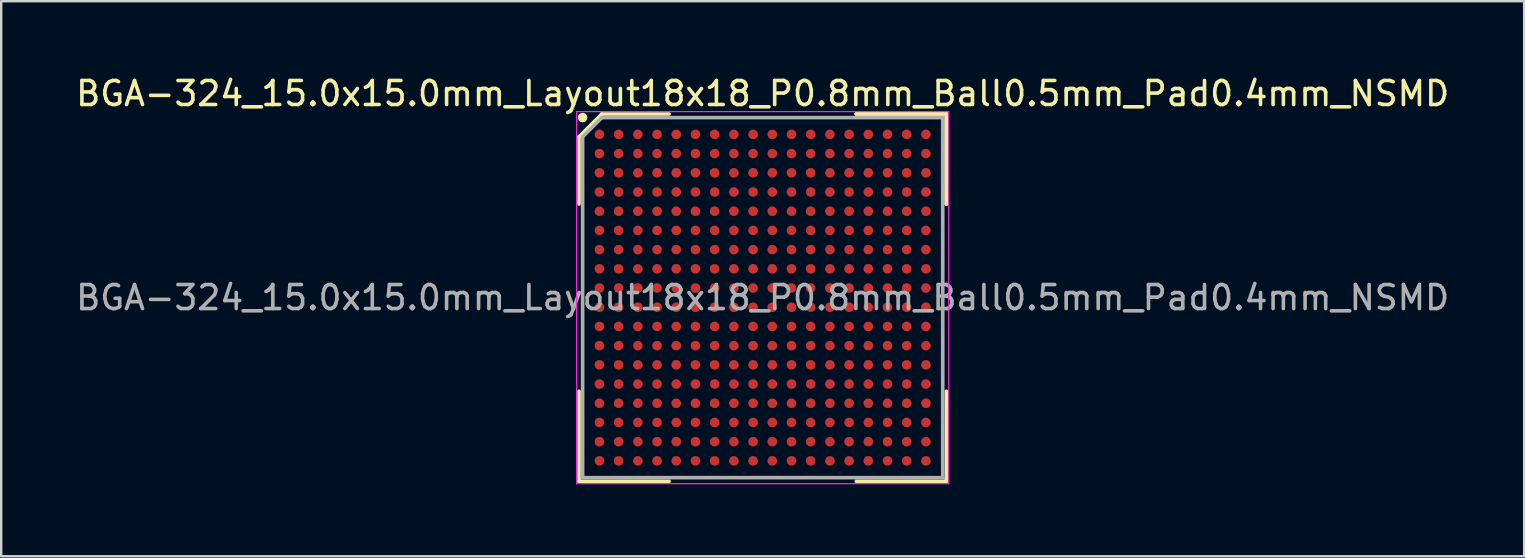
<source format=kicad_pcb>
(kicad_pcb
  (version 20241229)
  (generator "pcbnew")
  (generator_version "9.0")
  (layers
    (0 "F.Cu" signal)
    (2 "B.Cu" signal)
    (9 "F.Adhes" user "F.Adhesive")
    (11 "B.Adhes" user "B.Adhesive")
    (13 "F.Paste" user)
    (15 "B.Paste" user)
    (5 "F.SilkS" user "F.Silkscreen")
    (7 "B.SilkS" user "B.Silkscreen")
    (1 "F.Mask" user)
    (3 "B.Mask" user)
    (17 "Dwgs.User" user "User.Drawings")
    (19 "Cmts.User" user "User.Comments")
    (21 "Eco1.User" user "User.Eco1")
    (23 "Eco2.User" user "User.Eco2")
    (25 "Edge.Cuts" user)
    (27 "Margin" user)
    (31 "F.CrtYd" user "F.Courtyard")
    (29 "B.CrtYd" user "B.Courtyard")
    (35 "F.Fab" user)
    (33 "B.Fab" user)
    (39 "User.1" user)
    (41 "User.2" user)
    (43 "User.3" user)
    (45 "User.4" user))
  (footprint "BGA-324_15.0x15.0mm_Layout18x18_P0.8mm_Ball0.5mm_Pad0.4mm_NSMD"
    (layer "F.Cu")
    (at 28.72 9.348)
    (property "Reference" "BGA-324_15.0x15.0mm_Layout18x18_P0.8mm_Ball0.5mm_Pad0.4mm_NSMD" (at 0 -8.5 0) (layer "F.SilkS") (effects (font (size 1 1) (thickness 0.15))))
    (attr smd)
    (fp_line (start -7.65 -6.7) (end -7.65 -3.9) (stroke (width 0.15) (type solid)) (layer "F.SilkS"))
    (fp_line (start -7.65 7.65) (end -7.65 3.9) (stroke (width 0.15) (type solid)) (layer "F.SilkS"))
    (fp_line (start -6.7 -7.65) (end -7.65 -6.7) (stroke (width 0.15) (type solid)) (layer "F.SilkS"))
    (fp_line (start -3.9 -7.65) (end -6.7 -7.65) (stroke (width 0.15) (type solid)) (layer "F.SilkS"))
    (fp_line (start -3.9 7.65) (end -7.65 7.65) (stroke (width 0.15) (type solid)) (layer "F.SilkS"))
    (fp_line (start 3.9 -7.65) (end 7.65 -7.65) (stroke (width 0.15) (type solid)) (layer "F.SilkS"))
    (fp_line (start 3.9 -7.65) (end 7.65 -7.65) (stroke (width 0.15) (type solid)) (layer "F.SilkS"))
    (fp_line (start 3.9 -7.65) (end 7.65 -7.65) (stroke (width 0.15) (type solid)) (layer "F.SilkS"))
    (fp_line (start 3.9 7.65) (end 7.65 7.65) (stroke (width 0.15) (type solid)) (layer "F.SilkS"))
    (fp_line (start 7.65 -7.65) (end 7.65 -3.9) (stroke (width 0.15) (type solid)) (layer "F.SilkS"))
    (fp_line (start 7.65 -7.65) (end 7.65 -3.9) (stroke (width 0.15) (type solid)) (layer "F.SilkS"))
    (fp_line (start 7.65 -7.65) (end 7.65 -3.9) (stroke (width 0.15) (type solid)) (layer "F.SilkS"))
    (fp_line (start 7.65 7.65) (end 7.65 3.9) (stroke (width 0.15) (type solid)) (layer "F.SilkS"))
    (fp_circle (center -7.5 -7.5) (end -7.5 -7.4) (stroke (width 0.2) (type solid)) (fill no) (layer "F.SilkS"))
    (fp_line (start -7.75 -7.75) (end 7.75 -7.75) (stroke (width 0.05) (type solid)) (layer "F.CrtYd"))
    (fp_line (start -7.75 7.75) (end -7.75 -7.75) (stroke (width 0.05) (type solid)) (layer "F.CrtYd"))
    (fp_line (start 7.75 -7.75) (end 7.75 7.75) (stroke (width 0.05) (type solid)) (layer "F.CrtYd"))
    (fp_line (start 7.75 7.75) (end -7.75 7.75) (stroke (width 0.05) (type solid)) (layer "F.CrtYd"))
    (fp_line (start -7.5 -6.7) (end -7.5 7.5) (stroke (width 0.15) (type solid)) (layer "F.Fab"))
    (fp_line (start -7.5 7.5) (end 7.5 7.5) (stroke (width 0.15) (type solid)) (layer "F.Fab"))
    (fp_line (start -6.7 -7.5) (end -7.5 -6.7) (stroke (width 0.15) (type solid)) (layer "F.Fab"))
    (fp_line (start 7.5 -7.5) (end -6.7 -7.5) (stroke (width 0.15) (type solid)) (layer "F.Fab"))
    (fp_line (start 7.5 7.5) (end 7.5 -7.5) (stroke (width 0.15) (type solid)) (layer "F.Fab"))
    (fp_text user "${REFERENCE}" (at 0 0 0) (layer "F.Fab") (effects (font (size 1 1) (thickness 0.15))))
    (pad "A1" smd circle (at -6.8 -6.8) (size 0.4 0.4) (layers "F.Cu" "F.Mask" "F.Paste"))
    (pad "A2" smd circle (at -6 -6.8) (size 0.4 0.4) (layers "F.Cu" "F.Mask" "F.Paste"))
    (pad "A3" smd circle (at -5.2 -6.8) (size 0.4 0.4) (layers "F.Cu" "F.Mask" "F.Paste"))
    (pad "A4" smd circle (at -4.4 -6.8) (size 0.4 0.4) (layers "F.Cu" "F.Mask" "F.Paste"))
    (pad "A5" smd circle (at -3.6 -6.8) (size 0.4 0.4) (layers "F.Cu" "F.Mask" "F.Paste"))
    (pad "A6" smd circle (at -2.8 -6.8) (size 0.4 0.4) (layers "F.Cu" "F.Mask" "F.Paste"))
    (pad "A7" smd circle (at -2 -6.8) (size 0.4 0.4) (layers "F.Cu" "F.Mask" "F.Paste"))
    (pad "A8" smd circle (at -1.2 -6.8) (size 0.4 0.4) (layers "F.Cu" "F.Mask" "F.Paste"))
    (pad "A9" smd circle (at -0.4 -6.8) (size 0.4 0.4) (layers "F.Cu" "F.Mask" "F.Paste"))
    (pad "A10" smd circle (at 0.4 -6.8) (size 0.4 0.4) (layers "F.Cu" "F.Mask" "F.Paste"))
    (pad "A11" smd circle (at 1.2 -6.8) (size 0.4 0.4) (layers "F.Cu" "F.Mask" "F.Paste"))
    (pad "A12" smd circle (at 2 -6.8) (size 0.4 0.4) (layers "F.Cu" "F.Mask" "F.Paste"))
    (pad "A13" smd circle (at 2.8 -6.8) (size 0.4 0.4) (layers "F.Cu" "F.Mask" "F.Paste"))
    (pad "A14" smd circle (at 3.6 -6.8) (size 0.4 0.4) (layers "F.Cu" "F.Mask" "F.Paste"))
    (pad "A15" smd circle (at 4.4 -6.8) (size 0.4 0.4) (layers "F.Cu" "F.Mask" "F.Paste"))
    (pad "A16" smd circle (at 5.2 -6.8) (size 0.4 0.4) (layers "F.Cu" "F.Mask" "F.Paste"))
    (pad "A17" smd circle (at 6 -6.8) (size 0.4 0.4) (layers "F.Cu" "F.Mask" "F.Paste"))
    (pad "A18" smd circle (at 6.8 -6.8) (size 0.4 0.4) (layers "F.Cu" "F.Mask" "F.Paste"))
    (pad "B1" smd circle (at -6.8 -6) (size 0.4 0.4) (layers "F.Cu" "F.Mask" "F.Paste"))
    (pad "B2" smd circle (at -6 -6) (size 0.4 0.4) (layers "F.Cu" "F.Mask" "F.Paste"))
    (pad "B3" smd circle (at -5.2 -6) (size 0.4 0.4) (layers "F.Cu" "F.Mask" "F.Paste"))
    (pad "B4" smd circle (at -4.4 -6) (size 0.4 0.4) (layers "F.Cu" "F.Mask" "F.Paste"))
    (pad "B5" smd circle (at -3.6 -6) (size 0.4 0.4) (layers "F.Cu" "F.Mask" "F.Paste"))
    (pad "B6" smd circle (at -2.8 -6) (size 0.4 0.4) (layers "F.Cu" "F.Mask" "F.Paste"))
    (pad "B7" smd circle (at -2 -6) (size 0.4 0.4) (layers "F.Cu" "F.Mask" "F.Paste"))
    (pad "B8" smd circle (at -1.2 -6) (size 0.4 0.4) (layers "F.Cu" "F.Mask" "F.Paste"))
    (pad "B9" smd circle (at -0.4 -6) (size 0.4 0.4) (layers "F.Cu" "F.Mask" "F.Paste"))
    (pad "B10" smd circle (at 0.4 -6) (size 0.4 0.4) (layers "F.Cu" "F.Mask" "F.Paste"))
    (pad "B11" smd circle (at 1.2 -6) (size 0.4 0.4) (layers "F.Cu" "F.Mask" "F.Paste"))
    (pad "B12" smd circle (at 2 -6) (size 0.4 0.4) (layers "F.Cu" "F.Mask" "F.Paste"))
    (pad "B13" smd circle (at 2.8 -6) (size 0.4 0.4) (layers "F.Cu" "F.Mask" "F.Paste"))
    (pad "B14" smd circle (at 3.6 -6) (size 0.4 0.4) (layers "F.Cu" "F.Mask" "F.Paste"))
    (pad "B15" smd circle (at 4.4 -6) (size 0.4 0.4) (layers "F.Cu" "F.Mask" "F.Paste"))
    (pad "B16" smd circle (at 5.2 -6) (size 0.4 0.4) (layers "F.Cu" "F.Mask" "F.Paste"))
    (pad "B17" smd circle (at 6 -6) (size 0.4 0.4) (layers "F.Cu" "F.Mask" "F.Paste"))
    (pad "B18" smd circle (at 6.8 -6) (size 0.4 0.4) (layers "F.Cu" "F.Mask" "F.Paste"))
    (pad "C1" smd circle (at -6.8 -5.2) (size 0.4 0.4) (layers "F.Cu" "F.Mask" "F.Paste"))
    (pad "C2" smd circle (at -6 -5.2) (size 0.4 0.4) (layers "F.Cu" "F.Mask" "F.Paste"))
    (pad "C3" smd circle (at -5.2 -5.2) (size 0.4 0.4) (layers "F.Cu" "F.Mask" "F.Paste"))
    (pad "C4" smd circle (at -4.4 -5.2) (size 0.4 0.4) (layers "F.Cu" "F.Mask" "F.Paste"))
    (pad "C5" smd circle (at -3.6 -5.2) (size 0.4 0.4) (layers "F.Cu" "F.Mask" "F.Paste"))
    (pad "C6" smd circle (at -2.8 -5.2) (size 0.4 0.4) (layers "F.Cu" "F.Mask" "F.Paste"))
    (pad "C7" smd circle (at -2 -5.2) (size 0.4 0.4) (layers "F.Cu" "F.Mask" "F.Paste"))
    (pad "C8" smd circle (at -1.2 -5.2) (size 0.4 0.4) (layers "F.Cu" "F.Mask" "F.Paste"))
    (pad "C9" smd circle (at -0.4 -5.2) (size 0.4 0.4) (layers "F.Cu" "F.Mask" "F.Paste"))
    (pad "C10" smd circle (at 0.4 -5.2) (size 0.4 0.4) (layers "F.Cu" "F.Mask" "F.Paste"))
    (pad "C11" smd circle (at 1.2 -5.2) (size 0.4 0.4) (layers "F.Cu" "F.Mask" "F.Paste"))
    (pad "C12" smd circle (at 2 -5.2) (size 0.4 0.4) (layers "F.Cu" "F.Mask" "F.Paste"))
    (pad "C13" smd circle (at 2.8 -5.2) (size 0.4 0.4) (layers "F.Cu" "F.Mask" "F.Paste"))
    (pad "C14" smd circle (at 3.6 -5.2) (size 0.4 0.4) (layers "F.Cu" "F.Mask" "F.Paste"))
    (pad "C15" smd circle (at 4.4 -5.2) (size 0.4 0.4) (layers "F.Cu" "F.Mask" "F.Paste"))
    (pad "C16" smd circle (at 5.2 -5.2) (size 0.4 0.4) (layers "F.Cu" "F.Mask" "F.Paste"))
    (pad "C17" smd circle (at 6 -5.2) (size 0.4 0.4) (layers "F.Cu" "F.Mask" "F.Paste"))
    (pad "C18" smd circle (at 6.8 -5.2) (size 0.4 0.4) (layers "F.Cu" "F.Mask" "F.Paste"))
    (pad "D1" smd circle (at -6.8 -4.4) (size 0.4 0.4) (layers "F.Cu" "F.Mask" "F.Paste"))
    (pad "D2" smd circle (at -6 -4.4) (size 0.4 0.4) (layers "F.Cu" "F.Mask" "F.Paste"))
    (pad "D3" smd circle (at -5.2 -4.4) (size 0.4 0.4) (layers "F.Cu" "F.Mask" "F.Paste"))
    (pad "D4" smd circle (at -4.4 -4.4) (size 0.4 0.4) (layers "F.Cu" "F.Mask" "F.Paste"))
    (pad "D5" smd circle (at -3.6 -4.4) (size 0.4 0.4) (layers "F.Cu" "F.Mask" "F.Paste"))
    (pad "D6" smd circle (at -2.8 -4.4) (size 0.4 0.4) (layers "F.Cu" "F.Mask" "F.Paste"))
    (pad "D7" smd circle (at -2 -4.4) (size 0.4 0.4) (layers "F.Cu" "F.Mask" "F.Paste"))
    (pad "D8" smd circle (at -1.2 -4.4) (size 0.4 0.4) (layers "F.Cu" "F.Mask" "F.Paste"))
    (pad "D9" smd circle (at -0.4 -4.4) (size 0.4 0.4) (layers "F.Cu" "F.Mask" "F.Paste"))
    (pad "D10" smd circle (at 0.4 -4.4) (size 0.4 0.4) (layers "F.Cu" "F.Mask" "F.Paste"))
    (pad "D11" smd circle (at 1.2 -4.4) (size 0.4 0.4) (layers "F.Cu" "F.Mask" "F.Paste"))
    (pad "D12" smd circle (at 2 -4.4) (size 0.4 0.4) (layers "F.Cu" "F.Mask" "F.Paste"))
    (pad "D13" smd circle (at 2.8 -4.4) (size 0.4 0.4) (layers "F.Cu" "F.Mask" "F.Paste"))
    (pad "D14" smd circle (at 3.6 -4.4) (size 0.4 0.4) (layers "F.Cu" "F.Mask" "F.Paste"))
    (pad "D15" smd circle (at 4.4 -4.4) (size 0.4 0.4) (layers "F.Cu" "F.Mask" "F.Paste"))
    (pad "D16" smd circle (at 5.2 -4.4) (size 0.4 0.4) (layers "F.Cu" "F.Mask" "F.Paste"))
    (pad "D17" smd circle (at 6 -4.4) (size 0.4 0.4) (layers "F.Cu" "F.Mask" "F.Paste"))
    (pad "D18" smd circle (at 6.8 -4.4) (size 0.4 0.4) (layers "F.Cu" "F.Mask" "F.Paste"))
    (pad "E1" smd circle (at -6.8 -3.6) (size 0.4 0.4) (layers "F.Cu" "F.Mask" "F.Paste"))
    (pad "E2" smd circle (at -6 -3.6) (size 0.4 0.4) (layers "F.Cu" "F.Mask" "F.Paste"))
    (pad "E3" smd circle (at -5.2 -3.6) (size 0.4 0.4) (layers "F.Cu" "F.Mask" "F.Paste"))
    (pad "E4" smd circle (at -4.4 -3.6) (size 0.4 0.4) (layers "F.Cu" "F.Mask" "F.Paste"))
    (pad "E5" smd circle (at -3.6 -3.6) (size 0.4 0.4) (layers "F.Cu" "F.Mask" "F.Paste"))
    (pad "E6" smd circle (at -2.8 -3.6) (size 0.4 0.4) (layers "F.Cu" "F.Mask" "F.Paste"))
    (pad "E7" smd circle (at -2 -3.6) (size 0.4 0.4) (layers "F.Cu" "F.Mask" "F.Paste"))
    (pad "E8" smd circle (at -1.2 -3.6) (size 0.4 0.4) (layers "F.Cu" "F.Mask" "F.Paste"))
    (pad "E9" smd circle (at -0.4 -3.6) (size 0.4 0.4) (layers "F.Cu" "F.Mask" "F.Paste"))
    (pad "E10" smd circle (at 0.4 -3.6) (size 0.4 0.4) (layers "F.Cu" "F.Mask" "F.Paste"))
    (pad "E11" smd circle (at 1.2 -3.6) (size 0.4 0.4) (layers "F.Cu" "F.Mask" "F.Paste"))
    (pad "E12" smd circle (at 2 -3.6) (size 0.4 0.4) (layers "F.Cu" "F.Mask" "F.Paste"))
    (pad "E13" smd circle (at 2.8 -3.6) (size 0.4 0.4) (layers "F.Cu" "F.Mask" "F.Paste"))
    (pad "E14" smd circle (at 3.6 -3.6) (size 0.4 0.4) (layers "F.Cu" "F.Mask" "F.Paste"))
    (pad "E15" smd circle (at 4.4 -3.6) (size 0.4 0.4) (layers "F.Cu" "F.Mask" "F.Paste"))
    (pad "E16" smd circle (at 5.2 -3.6) (size 0.4 0.4) (layers "F.Cu" "F.Mask" "F.Paste"))
    (pad "E17" smd circle (at 6 -3.6) (size 0.4 0.4) (layers "F.Cu" "F.Mask" "F.Paste"))
    (pad "E18" smd circle (at 6.8 -3.6) (size 0.4 0.4) (layers "F.Cu" "F.Mask" "F.Paste"))
    (pad "F1" smd circle (at -6.8 -2.8) (size 0.4 0.4) (layers "F.Cu" "F.Mask" "F.Paste"))
    (pad "F2" smd circle (at -6 -2.8) (size 0.4 0.4) (layers "F.Cu" "F.Mask" "F.Paste"))
    (pad "F3" smd circle (at -5.2 -2.8) (size 0.4 0.4) (layers "F.Cu" "F.Mask" "F.Paste"))
    (pad "F4" smd circle (at -4.4 -2.8) (size 0.4 0.4) (layers "F.Cu" "F.Mask" "F.Paste"))
    (pad "F5" smd circle (at -3.6 -2.8) (size 0.4 0.4) (layers "F.Cu" "F.Mask" "F.Paste"))
    (pad "F6" smd circle (at -2.8 -2.8) (size 0.4 0.4) (layers "F.Cu" "F.Mask" "F.Paste"))
    (pad "F7" smd circle (at -2 -2.8) (size 0.4 0.4) (layers "F.Cu" "F.Mask" "F.Paste"))
    (pad "F8" smd circle (at -1.2 -2.8) (size 0.4 0.4) (layers "F.Cu" "F.Mask" "F.Paste"))
    (pad "F9" smd circle (at -0.4 -2.8) (size 0.4 0.4) (layers "F.Cu" "F.Mask" "F.Paste"))
    (pad "F10" smd circle (at 0.4 -2.8) (size 0.4 0.4) (layers "F.Cu" "F.Mask" "F.Paste"))
    (pad "F11" smd circle (at 1.2 -2.8) (size 0.4 0.4) (layers "F.Cu" "F.Mask" "F.Paste"))
    (pad "F12" smd circle (at 2 -2.8) (size 0.4 0.4) (layers "F.Cu" "F.Mask" "F.Paste"))
    (pad "F13" smd circle (at 2.8 -2.8) (size 0.4 0.4) (layers "F.Cu" "F.Mask" "F.Paste"))
    (pad "F14" smd circle (at 3.6 -2.8) (size 0.4 0.4) (layers "F.Cu" "F.Mask" "F.Paste"))
    (pad "F15" smd circle (at 4.4 -2.8) (size 0.4 0.4) (layers "F.Cu" "F.Mask" "F.Paste"))
    (pad "F16" smd circle (at 5.2 -2.8) (size 0.4 0.4) (layers "F.Cu" "F.Mask" "F.Paste"))
    (pad "F17" smd circle (at 6 -2.8) (size 0.4 0.4) (layers "F.Cu" "F.Mask" "F.Paste"))
    (pad "F18" smd circle (at 6.8 -2.8) (size 0.4 0.4) (layers "F.Cu" "F.Mask" "F.Paste"))
    (pad "G1" smd circle (at -6.8 -2) (size 0.4 0.4) (layers "F.Cu" "F.Mask" "F.Paste"))
    (pad "G2" smd circle (at -6 -2) (size 0.4 0.4) (layers "F.Cu" "F.Mask" "F.Paste"))
    (pad "G3" smd circle (at -5.2 -2) (size 0.4 0.4) (layers "F.Cu" "F.Mask" "F.Paste"))
    (pad "G4" smd circle (at -4.4 -2) (size 0.4 0.4) (layers "F.Cu" "F.Mask" "F.Paste"))
    (pad "G5" smd circle (at -3.6 -2) (size 0.4 0.4) (layers "F.Cu" "F.Mask" "F.Paste"))
    (pad "G6" smd circle (at -2.8 -2) (size 0.4 0.4) (layers "F.Cu" "F.Mask" "F.Paste"))
    (pad "G7" smd circle (at -2 -2) (size 0.4 0.4) (layers "F.Cu" "F.Mask" "F.Paste"))
    (pad "G8" smd circle (at -1.2 -2) (size 0.4 0.4) (layers "F.Cu" "F.Mask" "F.Paste"))
    (pad "G9" smd circle (at -0.4 -2) (size 0.4 0.4) (layers "F.Cu" "F.Mask" "F.Paste"))
    (pad "G10" smd circle (at 0.4 -2) (size 0.4 0.4) (layers "F.Cu" "F.Mask" "F.Paste"))
    (pad "G11" smd circle (at 1.2 -2) (size 0.4 0.4) (layers "F.Cu" "F.Mask" "F.Paste"))
    (pad "G12" smd circle (at 2 -2) (size 0.4 0.4) (layers "F.Cu" "F.Mask" "F.Paste"))
    (pad "G13" smd circle (at 2.8 -2) (size 0.4 0.4) (layers "F.Cu" "F.Mask" "F.Paste"))
    (pad "G14" smd circle (at 3.6 -2) (size 0.4 0.4) (layers "F.Cu" "F.Mask" "F.Paste"))
    (pad "G15" smd circle (at 4.4 -2) (size 0.4 0.4) (layers "F.Cu" "F.Mask" "F.Paste"))
    (pad "G16" smd circle (at 5.2 -2) (size 0.4 0.4) (layers "F.Cu" "F.Mask" "F.Paste"))
    (pad "G17" smd circle (at 6 -2) (size 0.4 0.4) (layers "F.Cu" "F.Mask" "F.Paste"))
    (pad "G18" smd circle (at 6.8 -2) (size 0.4 0.4) (layers "F.Cu" "F.Mask" "F.Paste"))
    (pad "H1" smd circle (at -6.8 -1.2) (size 0.4 0.4) (layers "F.Cu" "F.Mask" "F.Paste"))
    (pad "H2" smd circle (at -6 -1.2) (size 0.4 0.4) (layers "F.Cu" "F.Mask" "F.Paste"))
    (pad "H3" smd circle (at -5.2 -1.2) (size 0.4 0.4) (layers "F.Cu" "F.Mask" "F.Paste"))
    (pad "H4" smd circle (at -4.4 -1.2) (size 0.4 0.4) (layers "F.Cu" "F.Mask" "F.Paste"))
    (pad "H5" smd circle (at -3.6 -1.2) (size 0.4 0.4) (layers "F.Cu" "F.Mask" "F.Paste"))
    (pad "H6" smd circle (at -2.8 -1.2) (size 0.4 0.4) (layers "F.Cu" "F.Mask" "F.Paste"))
    (pad "H7" smd circle (at -2 -1.2) (size 0.4 0.4) (layers "F.Cu" "F.Mask" "F.Paste"))
    (pad "H8" smd circle (at -1.2 -1.2) (size 0.4 0.4) (layers "F.Cu" "F.Mask" "F.Paste"))
    (pad "H9" smd circle (at -0.4 -1.2) (size 0.4 0.4) (layers "F.Cu" "F.Mask" "F.Paste"))
    (pad "H10" smd circle (at 0.4 -1.2) (size 0.4 0.4) (layers "F.Cu" "F.Mask" "F.Paste"))
    (pad "H11" smd circle (at 1.2 -1.2) (size 0.4 0.4) (layers "F.Cu" "F.Mask" "F.Paste"))
    (pad "H12" smd circle (at 2 -1.2) (size 0.4 0.4) (layers "F.Cu" "F.Mask" "F.Paste"))
    (pad "H13" smd circle (at 2.8 -1.2) (size 0.4 0.4) (layers "F.Cu" "F.Mask" "F.Paste"))
    (pad "H14" smd circle (at 3.6 -1.2) (size 0.4 0.4) (layers "F.Cu" "F.Mask" "F.Paste"))
    (pad "H15" smd circle (at 4.4 -1.2) (size 0.4 0.4) (layers "F.Cu" "F.Mask" "F.Paste"))
    (pad "H16" smd circle (at 5.2 -1.2) (size 0.4 0.4) (layers "F.Cu" "F.Mask" "F.Paste"))
    (pad "H17" smd circle (at 6 -1.2) (size 0.4 0.4) (layers "F.Cu" "F.Mask" "F.Paste"))
    (pad "H18" smd circle (at 6.8 -1.2) (size 0.4 0.4) (layers "F.Cu" "F.Mask" "F.Paste"))
    (pad "J1" smd circle (at -6.8 -0.4) (size 0.4 0.4) (layers "F.Cu" "F.Mask" "F.Paste"))
    (pad "J2" smd circle (at -6 -0.4) (size 0.4 0.4) (layers "F.Cu" "F.Mask" "F.Paste"))
    (pad "J3" smd circle (at -5.2 -0.4) (size 0.4 0.4) (layers "F.Cu" "F.Mask" "F.Paste"))
    (pad "J4" smd circle (at -4.4 -0.4) (size 0.4 0.4) (layers "F.Cu" "F.Mask" "F.Paste"))
    (pad "J5" smd circle (at -3.6 -0.4) (size 0.4 0.4) (layers "F.Cu" "F.Mask" "F.Paste"))
    (pad "J6" smd circle (at -2.8 -0.4) (size 0.4 0.4) (layers "F.Cu" "F.Mask" "F.Paste"))
    (pad "J7" smd circle (at -2 -0.4) (size 0.4 0.4) (layers "F.Cu" "F.Mask" "F.Paste"))
    (pad "J8" smd circle (at -1.2 -0.4) (size 0.4 0.4) (layers "F.Cu" "F.Mask" "F.Paste"))
    (pad "J9" smd circle (at -0.4 -0.4) (size 0.4 0.4) (layers "F.Cu" "F.Mask" "F.Paste"))
    (pad "J10" smd circle (at 0.4 -0.4) (size 0.4 0.4) (layers "F.Cu" "F.Mask" "F.Paste"))
    (pad "J11" smd circle (at 1.2 -0.4) (size 0.4 0.4) (layers "F.Cu" "F.Mask" "F.Paste"))
    (pad "J12" smd circle (at 2 -0.4) (size 0.4 0.4) (layers "F.Cu" "F.Mask" "F.Paste"))
    (pad "J13" smd circle (at 2.8 -0.4) (size 0.4 0.4) (layers "F.Cu" "F.Mask" "F.Paste"))
    (pad "J14" smd circle (at 3.6 -0.4) (size 0.4 0.4) (layers "F.Cu" "F.Mask" "F.Paste"))
    (pad "J15" smd circle (at 4.4 -0.4) (size 0.4 0.4) (layers "F.Cu" "F.Mask" "F.Paste"))
    (pad "J16" smd circle (at 5.2 -0.4) (size 0.4 0.4) (layers "F.Cu" "F.Mask" "F.Paste"))
    (pad "J17" smd circle (at 6 -0.4) (size 0.4 0.4) (layers "F.Cu" "F.Mask" "F.Paste"))
    (pad "J18" smd circle (at 6.8 -0.4) (size 0.4 0.4) (layers "F.Cu" "F.Mask" "F.Paste"))
    (pad "K1" smd circle (at -6.8 0.4) (size 0.4 0.4) (layers "F.Cu" "F.Mask" "F.Paste"))
    (pad "K2" smd circle (at -6 0.4) (size 0.4 0.4) (layers "F.Cu" "F.Mask" "F.Paste"))
    (pad "K3" smd circle (at -5.2 0.4) (size 0.4 0.4) (layers "F.Cu" "F.Mask" "F.Paste"))
    (pad "K4" smd circle (at -4.4 0.4) (size 0.4 0.4) (layers "F.Cu" "F.Mask" "F.Paste"))
    (pad "K5" smd circle (at -3.6 0.4) (size 0.4 0.4) (layers "F.Cu" "F.Mask" "F.Paste"))
    (pad "K6" smd circle (at -2.8 0.4) (size 0.4 0.4) (layers "F.Cu" "F.Mask" "F.Paste"))
    (pad "K7" smd circle (at -2 0.4) (size 0.4 0.4) (layers "F.Cu" "F.Mask" "F.Paste"))
    (pad "K8" smd circle (at -1.2 0.4) (size 0.4 0.4) (layers "F.Cu" "F.Mask" "F.Paste"))
    (pad "K9" smd circle (at -0.4 0.4) (size 0.4 0.4) (layers "F.Cu" "F.Mask" "F.Paste"))
    (pad "K10" smd circle (at 0.4 0.4) (size 0.4 0.4) (layers "F.Cu" "F.Mask" "F.Paste"))
    (pad "K11" smd circle (at 1.2 0.4) (size 0.4 0.4) (layers "F.Cu" "F.Mask" "F.Paste"))
    (pad "K12" smd circle (at 2 0.4) (size 0.4 0.4) (layers "F.Cu" "F.Mask" "F.Paste"))
    (pad "K13" smd circle (at 2.8 0.4) (size 0.4 0.4) (layers "F.Cu" "F.Mask" "F.Paste"))
    (pad "K14" smd circle (at 3.6 0.4) (size 0.4 0.4) (layers "F.Cu" "F.Mask" "F.Paste"))
    (pad "K15" smd circle (at 4.4 0.4) (size 0.4 0.4) (layers "F.Cu" "F.Mask" "F.Paste"))
    (pad "K16" smd circle (at 5.2 0.4) (size 0.4 0.4) (layers "F.Cu" "F.Mask" "F.Paste"))
    (pad "K17" smd circle (at 6 0.4) (size 0.4 0.4) (layers "F.Cu" "F.Mask" "F.Paste"))
    (pad "K18" smd circle (at 6.8 0.4) (size 0.4 0.4) (layers "F.Cu" "F.Mask" "F.Paste"))
    (pad "L1" smd circle (at -6.8 1.2) (size 0.4 0.4) (layers "F.Cu" "F.Mask" "F.Paste"))
    (pad "L2" smd circle (at -6 1.2) (size 0.4 0.4) (layers "F.Cu" "F.Mask" "F.Paste"))
    (pad "L3" smd circle (at -5.2 1.2) (size 0.4 0.4) (layers "F.Cu" "F.Mask" "F.Paste"))
    (pad "L4" smd circle (at -4.4 1.2) (size 0.4 0.4) (layers "F.Cu" "F.Mask" "F.Paste"))
    (pad "L5" smd circle (at -3.6 1.2) (size 0.4 0.4) (layers "F.Cu" "F.Mask" "F.Paste"))
    (pad "L6" smd circle (at -2.8 1.2) (size 0.4 0.4) (layers "F.Cu" "F.Mask" "F.Paste"))
    (pad "L7" smd circle (at -2 1.2) (size 0.4 0.4) (layers "F.Cu" "F.Mask" "F.Paste"))
    (pad "L8" smd circle (at -1.2 1.2) (size 0.4 0.4) (layers "F.Cu" "F.Mask" "F.Paste"))
    (pad "L9" smd circle (at -0.4 1.2) (size 0.4 0.4) (layers "F.Cu" "F.Mask" "F.Paste"))
    (pad "L10" smd circle (at 0.4 1.2) (size 0.4 0.4) (layers "F.Cu" "F.Mask" "F.Paste"))
    (pad "L11" smd circle (at 1.2 1.2) (size 0.4 0.4) (layers "F.Cu" "F.Mask" "F.Paste"))
    (pad "L12" smd circle (at 2 1.2) (size 0.4 0.4) (layers "F.Cu" "F.Mask" "F.Paste"))
    (pad "L13" smd circle (at 2.8 1.2) (size 0.4 0.4) (layers "F.Cu" "F.Mask" "F.Paste"))
    (pad "L14" smd circle (at 3.6 1.2) (size 0.4 0.4) (layers "F.Cu" "F.Mask" "F.Paste"))
    (pad "L15" smd circle (at 4.4 1.2) (size 0.4 0.4) (layers "F.Cu" "F.Mask" "F.Paste"))
    (pad "L16" smd circle (at 5.2 1.2) (size 0.4 0.4) (layers "F.Cu" "F.Mask" "F.Paste"))
    (pad "L17" smd circle (at 6 1.2) (size 0.4 0.4) (layers "F.Cu" "F.Mask" "F.Paste"))
    (pad "L18" smd circle (at 6.8 1.2) (size 0.4 0.4) (layers "F.Cu" "F.Mask" "F.Paste"))
    (pad "M1" smd circle (at -6.8 2) (size 0.4 0.4) (layers "F.Cu" "F.Mask" "F.Paste"))
    (pad "M2" smd circle (at -6 2) (size 0.4 0.4) (layers "F.Cu" "F.Mask" "F.Paste"))
    (pad "M3" smd circle (at -5.2 2) (size 0.4 0.4) (layers "F.Cu" "F.Mask" "F.Paste"))
    (pad "M4" smd circle (at -4.4 2) (size 0.4 0.4) (layers "F.Cu" "F.Mask" "F.Paste"))
    (pad "M5" smd circle (at -3.6 2) (size 0.4 0.4) (layers "F.Cu" "F.Mask" "F.Paste"))
    (pad "M6" smd circle (at -2.8 2) (size 0.4 0.4) (layers "F.Cu" "F.Mask" "F.Paste"))
    (pad "M7" smd circle (at -2 2) (size 0.4 0.4) (layers "F.Cu" "F.Mask" "F.Paste"))
    (pad "M8" smd circle (at -1.2 2) (size 0.4 0.4) (layers "F.Cu" "F.Mask" "F.Paste"))
    (pad "M9" smd circle (at -0.4 2) (size 0.4 0.4) (layers "F.Cu" "F.Mask" "F.Paste"))
    (pad "M10" smd circle (at 0.4 2) (size 0.4 0.4) (layers "F.Cu" "F.Mask" "F.Paste"))
    (pad "M11" smd circle (at 1.2 2) (size 0.4 0.4) (layers "F.Cu" "F.Mask" "F.Paste"))
    (pad "M12" smd circle (at 2 2) (size 0.4 0.4) (layers "F.Cu" "F.Mask" "F.Paste"))
    (pad "M13" smd circle (at 2.8 2) (size 0.4 0.4) (layers "F.Cu" "F.Mask" "F.Paste"))
    (pad "M14" smd circle (at 3.6 2) (size 0.4 0.4) (layers "F.Cu" "F.Mask" "F.Paste"))
    (pad "M15" smd circle (at 4.4 2) (size 0.4 0.4) (layers "F.Cu" "F.Mask" "F.Paste"))
    (pad "M16" smd circle (at 5.2 2) (size 0.4 0.4) (layers "F.Cu" "F.Mask" "F.Paste"))
    (pad "M17" smd circle (at 6 2) (size 0.4 0.4) (layers "F.Cu" "F.Mask" "F.Paste"))
    (pad "M18" smd circle (at 6.8 2) (size 0.4 0.4) (layers "F.Cu" "F.Mask" "F.Paste"))
    (pad "N1" smd circle (at -6.8 2.8) (size 0.4 0.4) (layers "F.Cu" "F.Mask" "F.Paste"))
    (pad "N2" smd circle (at -6 2.8) (size 0.4 0.4) (layers "F.Cu" "F.Mask" "F.Paste"))
    (pad "N3" smd circle (at -5.2 2.8) (size 0.4 0.4) (layers "F.Cu" "F.Mask" "F.Paste"))
    (pad "N4" smd circle (at -4.4 2.8) (size 0.4 0.4) (layers "F.Cu" "F.Mask" "F.Paste"))
    (pad "N5" smd circle (at -3.6 2.8) (size 0.4 0.4) (layers "F.Cu" "F.Mask" "F.Paste"))
    (pad "N6" smd circle (at -2.8 2.8) (size 0.4 0.4) (layers "F.Cu" "F.Mask" "F.Paste"))
    (pad "N7" smd circle (at -2 2.8) (size 0.4 0.4) (layers "F.Cu" "F.Mask" "F.Paste"))
    (pad "N8" smd circle (at -1.2 2.8) (size 0.4 0.4) (layers "F.Cu" "F.Mask" "F.Paste"))
    (pad "N9" smd circle (at -0.4 2.8) (size 0.4 0.4) (layers "F.Cu" "F.Mask" "F.Paste"))
    (pad "N10" smd circle (at 0.4 2.8) (size 0.4 0.4) (layers "F.Cu" "F.Mask" "F.Paste"))
    (pad "N11" smd circle (at 1.2 2.8) (size 0.4 0.4) (layers "F.Cu" "F.Mask" "F.Paste"))
    (pad "N12" smd circle (at 2 2.8) (size 0.4 0.4) (layers "F.Cu" "F.Mask" "F.Paste"))
    (pad "N13" smd circle (at 2.8 2.8) (size 0.4 0.4) (layers "F.Cu" "F.Mask" "F.Paste"))
    (pad "N14" smd circle (at 3.6 2.8) (size 0.4 0.4) (layers "F.Cu" "F.Mask" "F.Paste"))
    (pad "N15" smd circle (at 4.4 2.8) (size 0.4 0.4) (layers "F.Cu" "F.Mask" "F.Paste"))
    (pad "N16" smd circle (at 5.2 2.8) (size 0.4 0.4) (layers "F.Cu" "F.Mask" "F.Paste"))
    (pad "N17" smd circle (at 6 2.8) (size 0.4 0.4) (layers "F.Cu" "F.Mask" "F.Paste"))
    (pad "N18" smd circle (at 6.8 2.8) (size 0.4 0.4) (layers "F.Cu" "F.Mask" "F.Paste"))
    (pad "P1" smd circle (at -6.8 3.6) (size 0.4 0.4) (layers "F.Cu" "F.Mask" "F.Paste"))
    (pad "P2" smd circle (at -6 3.6) (size 0.4 0.4) (layers "F.Cu" "F.Mask" "F.Paste"))
    (pad "P3" smd circle (at -5.2 3.6) (size 0.4 0.4) (layers "F.Cu" "F.Mask" "F.Paste"))
    (pad "P4" smd circle (at -4.4 3.6) (size 0.4 0.4) (layers "F.Cu" "F.Mask" "F.Paste"))
    (pad "P5" smd circle (at -3.6 3.6) (size 0.4 0.4) (layers "F.Cu" "F.Mask" "F.Paste"))
    (pad "P6" smd circle (at -2.8 3.6) (size 0.4 0.4) (layers "F.Cu" "F.Mask" "F.Paste"))
    (pad "P7" smd circle (at -2 3.6) (size 0.4 0.4) (layers "F.Cu" "F.Mask" "F.Paste"))
    (pad "P8" smd circle (at -1.2 3.6) (size 0.4 0.4) (layers "F.Cu" "F.Mask" "F.Paste"))
    (pad "P9" smd circle (at -0.4 3.6) (size 0.4 0.4) (layers "F.Cu" "F.Mask" "F.Paste"))
    (pad "P10" smd circle (at 0.4 3.6) (size 0.4 0.4) (layers "F.Cu" "F.Mask" "F.Paste"))
    (pad "P11" smd circle (at 1.2 3.6) (size 0.4 0.4) (layers "F.Cu" "F.Mask" "F.Paste"))
    (pad "P12" smd circle (at 2 3.6) (size 0.4 0.4) (layers "F.Cu" "F.Mask" "F.Paste"))
    (pad "P13" smd circle (at 2.8 3.6) (size 0.4 0.4) (layers "F.Cu" "F.Mask" "F.Paste"))
    (pad "P14" smd circle (at 3.6 3.6) (size 0.4 0.4) (layers "F.Cu" "F.Mask" "F.Paste"))
    (pad "P15" smd circle (at 4.4 3.6) (size 0.4 0.4) (layers "F.Cu" "F.Mask" "F.Paste"))
    (pad "P16" smd circle (at 5.2 3.6) (size 0.4 0.4) (layers "F.Cu" "F.Mask" "F.Paste"))
    (pad "P17" smd circle (at 6 3.6) (size 0.4 0.4) (layers "F.Cu" "F.Mask" "F.Paste"))
    (pad "P18" smd circle (at 6.8 3.6) (size 0.4 0.4) (layers "F.Cu" "F.Mask" "F.Paste"))
    (pad "R1" smd circle (at -6.8 4.4) (size 0.4 0.4) (layers "F.Cu" "F.Mask" "F.Paste"))
    (pad "R2" smd circle (at -6 4.4) (size 0.4 0.4) (layers "F.Cu" "F.Mask" "F.Paste"))
    (pad "R3" smd circle (at -5.2 4.4) (size 0.4 0.4) (layers "F.Cu" "F.Mask" "F.Paste"))
    (pad "R4" smd circle (at -4.4 4.4) (size 0.4 0.4) (layers "F.Cu" "F.Mask" "F.Paste"))
    (pad "R5" smd circle (at -3.6 4.4) (size 0.4 0.4) (layers "F.Cu" "F.Mask" "F.Paste"))
    (pad "R6" smd circle (at -2.8 4.4) (size 0.4 0.4) (layers "F.Cu" "F.Mask" "F.Paste"))
    (pad "R7" smd circle (at -2 4.4) (size 0.4 0.4) (layers "F.Cu" "F.Mask" "F.Paste"))
    (pad "R8" smd circle (at -1.2 4.4) (size 0.4 0.4) (layers "F.Cu" "F.Mask" "F.Paste"))
    (pad "R9" smd circle (at -0.4 4.4) (size 0.4 0.4) (layers "F.Cu" "F.Mask" "F.Paste"))
    (pad "R10" smd circle (at 0.4 4.4) (size 0.4 0.4) (layers "F.Cu" "F.Mask" "F.Paste"))
    (pad "R11" smd circle (at 1.2 4.4) (size 0.4 0.4) (layers "F.Cu" "F.Mask" "F.Paste"))
    (pad "R12" smd circle (at 2 4.4) (size 0.4 0.4) (layers "F.Cu" "F.Mask" "F.Paste"))
    (pad "R13" smd circle (at 2.8 4.4) (size 0.4 0.4) (layers "F.Cu" "F.Mask" "F.Paste"))
    (pad "R14" smd circle (at 3.6 4.4) (size 0.4 0.4) (layers "F.Cu" "F.Mask" "F.Paste"))
    (pad "R15" smd circle (at 4.4 4.4) (size 0.4 0.4) (layers "F.Cu" "F.Mask" "F.Paste"))
    (pad "R16" smd circle (at 5.2 4.4) (size 0.4 0.4) (layers "F.Cu" "F.Mask" "F.Paste"))
    (pad "R17" smd circle (at 6 4.4) (size 0.4 0.4) (layers "F.Cu" "F.Mask" "F.Paste"))
    (pad "R18" smd circle (at 6.8 4.4) (size 0.4 0.4) (layers "F.Cu" "F.Mask" "F.Paste"))
    (pad "T1" smd circle (at -6.8 5.2) (size 0.4 0.4) (layers "F.Cu" "F.Mask" "F.Paste"))
    (pad "T2" smd circle (at -6 5.2) (size 0.4 0.4) (layers "F.Cu" "F.Mask" "F.Paste"))
    (pad "T3" smd circle (at -5.2 5.2) (size 0.4 0.4) (layers "F.Cu" "F.Mask" "F.Paste"))
    (pad "T4" smd circle (at -4.4 5.2) (size 0.4 0.4) (layers "F.Cu" "F.Mask" "F.Paste"))
    (pad "T5" smd circle (at -3.6 5.2) (size 0.4 0.4) (layers "F.Cu" "F.Mask" "F.Paste"))
    (pad "T6" smd circle (at -2.8 5.2) (size 0.4 0.4) (layers "F.Cu" "F.Mask" "F.Paste"))
    (pad "T7" smd circle (at -2 5.2) (size 0.4 0.4) (layers "F.Cu" "F.Mask" "F.Paste"))
    (pad "T8" smd circle (at -1.2 5.2) (size 0.4 0.4) (layers "F.Cu" "F.Mask" "F.Paste"))
    (pad "T9" smd circle (at -0.4 5.2) (size 0.4 0.4) (layers "F.Cu" "F.Mask" "F.Paste"))
    (pad "T10" smd circle (at 0.4 5.2) (size 0.4 0.4) (layers "F.Cu" "F.Mask" "F.Paste"))
    (pad "T11" smd circle (at 1.2 5.2) (size 0.4 0.4) (layers "F.Cu" "F.Mask" "F.Paste"))
    (pad "T12" smd circle (at 2 5.2) (size 0.4 0.4) (layers "F.Cu" "F.Mask" "F.Paste"))
    (pad "T13" smd circle (at 2.8 5.2) (size 0.4 0.4) (layers "F.Cu" "F.Mask" "F.Paste"))
    (pad "T14" smd circle (at 3.6 5.2) (size 0.4 0.4) (layers "F.Cu" "F.Mask" "F.Paste"))
    (pad "T15" smd circle (at 4.4 5.2) (size 0.4 0.4) (layers "F.Cu" "F.Mask" "F.Paste"))
    (pad "T16" smd circle (at 5.2 5.2) (size 0.4 0.4) (layers "F.Cu" "F.Mask" "F.Paste"))
    (pad "T17" smd circle (at 6 5.2) (size 0.4 0.4) (layers "F.Cu" "F.Mask" "F.Paste"))
    (pad "T18" smd circle (at 6.8 5.2) (size 0.4 0.4) (layers "F.Cu" "F.Mask" "F.Paste"))
    (pad "U1" smd circle (at -6.8 6) (size 0.4 0.4) (layers "F.Cu" "F.Mask" "F.Paste"))
    (pad "U2" smd circle (at -6 6) (size 0.4 0.4) (layers "F.Cu" "F.Mask" "F.Paste"))
    (pad "U3" smd circle (at -5.2 6) (size 0.4 0.4) (layers "F.Cu" "F.Mask" "F.Paste"))
    (pad "U4" smd circle (at -4.4 6) (size 0.4 0.4) (layers "F.Cu" "F.Mask" "F.Paste"))
    (pad "U5" smd circle (at -3.6 6) (size 0.4 0.4) (layers "F.Cu" "F.Mask" "F.Paste"))
    (pad "U6" smd circle (at -2.8 6) (size 0.4 0.4) (layers "F.Cu" "F.Mask" "F.Paste"))
    (pad "U7" smd circle (at -2 6) (size 0.4 0.4) (layers "F.Cu" "F.Mask" "F.Paste"))
    (pad "U8" smd circle (at -1.2 6) (size 0.4 0.4) (layers "F.Cu" "F.Mask" "F.Paste"))
    (pad "U9" smd circle (at -0.4 6) (size 0.4 0.4) (layers "F.Cu" "F.Mask" "F.Paste"))
    (pad "U10" smd circle (at 0.4 6) (size 0.4 0.4) (layers "F.Cu" "F.Mask" "F.Paste"))
    (pad "U11" smd circle (at 1.2 6) (size 0.4 0.4) (layers "F.Cu" "F.Mask" "F.Paste"))
    (pad "U12" smd circle (at 2 6) (size 0.4 0.4) (layers "F.Cu" "F.Mask" "F.Paste"))
    (pad "U13" smd circle (at 2.8 6) (size 0.4 0.4) (layers "F.Cu" "F.Mask" "F.Paste"))
    (pad "U14" smd circle (at 3.6 6) (size 0.4 0.4) (layers "F.Cu" "F.Mask" "F.Paste"))
    (pad "U15" smd circle (at 4.4 6) (size 0.4 0.4) (layers "F.Cu" "F.Mask" "F.Paste"))
    (pad "U16" smd circle (at 5.2 6) (size 0.4 0.4) (layers "F.Cu" "F.Mask" "F.Paste"))
    (pad "U17" smd circle (at 6 6) (size 0.4 0.4) (layers "F.Cu" "F.Mask" "F.Paste"))
    (pad "U18" smd circle (at 6.8 6) (size 0.4 0.4) (layers "F.Cu" "F.Mask" "F.Paste"))
    (pad "V1" smd circle (at -6.8 6.8) (size 0.4 0.4) (layers "F.Cu" "F.Mask" "F.Paste"))
    (pad "V2" smd circle (at -6 6.8) (size 0.4 0.4) (layers "F.Cu" "F.Mask" "F.Paste"))
    (pad "V3" smd circle (at -5.2 6.8) (size 0.4 0.4) (layers "F.Cu" "F.Mask" "F.Paste"))
    (pad "V4" smd circle (at -4.4 6.8) (size 0.4 0.4) (layers "F.Cu" "F.Mask" "F.Paste"))
    (pad "V5" smd circle (at -3.6 6.8) (size 0.4 0.4) (layers "F.Cu" "F.Mask" "F.Paste"))
    (pad "V6" smd circle (at -2.8 6.8) (size 0.4 0.4) (layers "F.Cu" "F.Mask" "F.Paste"))
    (pad "V7" smd circle (at -2 6.8) (size 0.4 0.4) (layers "F.Cu" "F.Mask" "F.Paste"))
    (pad "V8" smd circle (at -1.2 6.8) (size 0.4 0.4) (layers "F.Cu" "F.Mask" "F.Paste"))
    (pad "V9" smd circle (at -0.4 6.8) (size 0.4 0.4) (layers "F.Cu" "F.Mask" "F.Paste"))
    (pad "V10" smd circle (at 0.4 6.8) (size 0.4 0.4) (layers "F.Cu" "F.Mask" "F.Paste"))
    (pad "V11" smd circle (at 1.2 6.8) (size 0.4 0.4) (layers "F.Cu" "F.Mask" "F.Paste"))
    (pad "V12" smd circle (at 2 6.8) (size 0.4 0.4) (layers "F.Cu" "F.Mask" "F.Paste"))
    (pad "V13" smd circle (at 2.8 6.8) (size 0.4 0.4) (layers "F.Cu" "F.Mask" "F.Paste"))
    (pad "V14" smd circle (at 3.6 6.8) (size 0.4 0.4) (layers "F.Cu" "F.Mask" "F.Paste"))
    (pad "V15" smd circle (at 4.4 6.8) (size 0.4 0.4) (layers "F.Cu" "F.Mask" "F.Paste"))
    (pad "V16" smd circle (at 5.2 6.8) (size 0.4 0.4) (layers "F.Cu" "F.Mask" "F.Paste"))
    (pad "V17" smd circle (at 6 6.8) (size 0.4 0.4) (layers "F.Cu" "F.Mask" "F.Paste"))
    (pad "V18" smd circle (at 6.8 6.8) (size 0.4 0.4) (layers "F.Cu" "F.Mask" "F.Paste")))
  (gr_rect
    (start -3 -3)
    (end 60.44 20.123)
    (stroke (width 0.1) (type default))
    (fill no)
    (layer "Edge.Cuts")))
</source>
